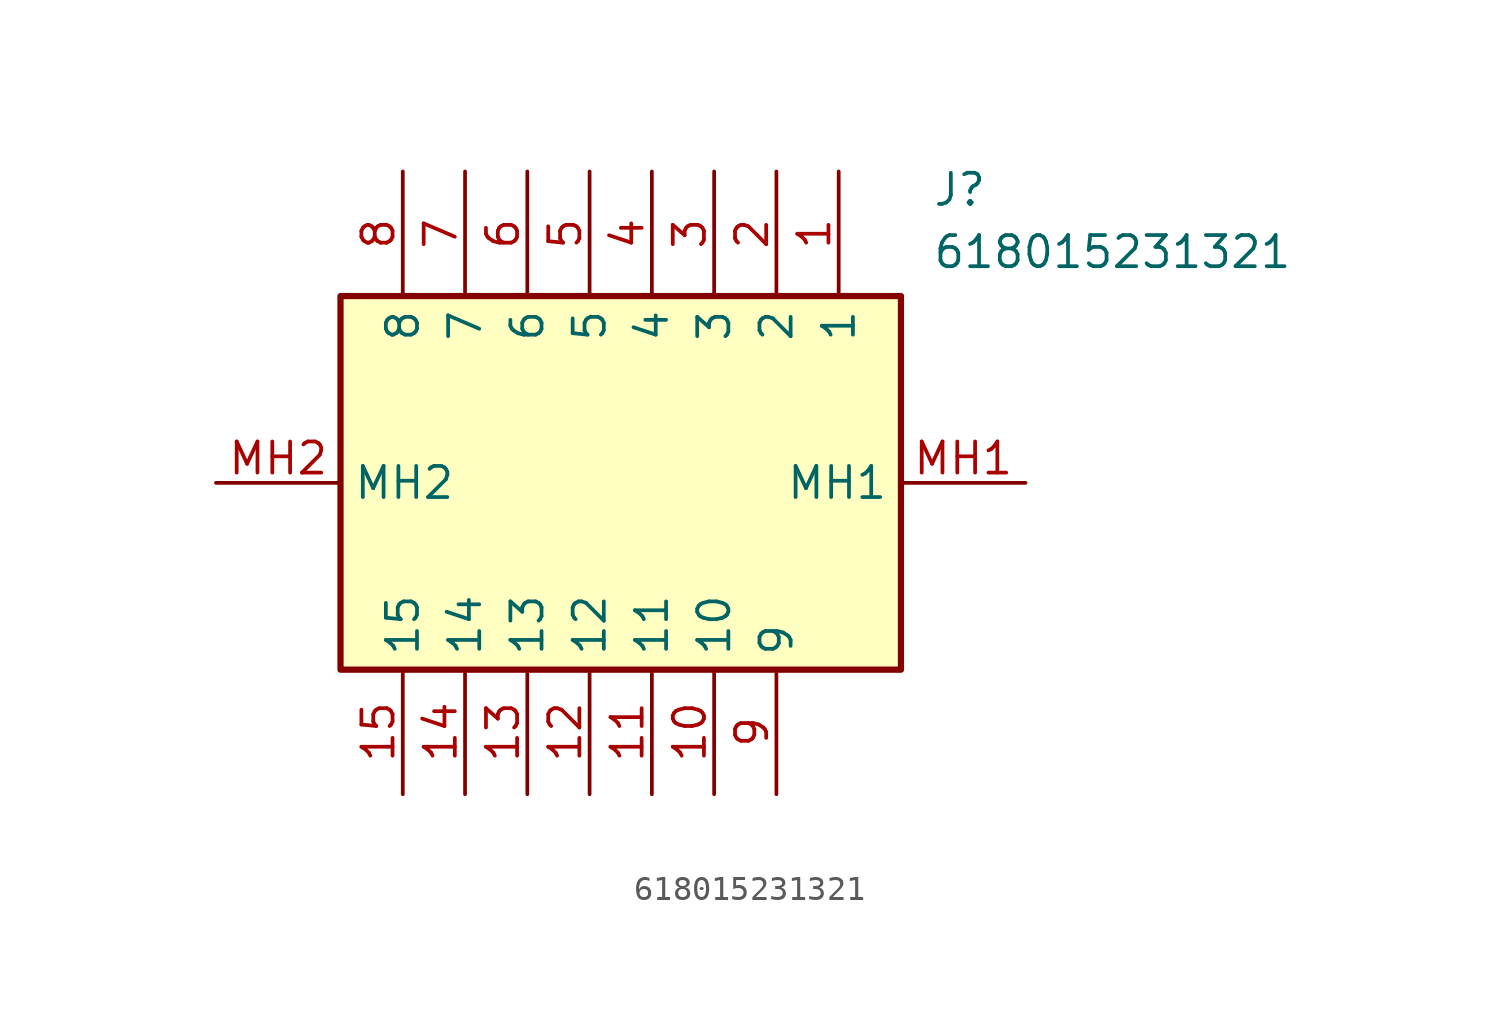
<source format=kicad_sym>
(kicad_symbol_lib
  (version 20211014)
  (generator SamacSys_ECAD_Model)
  (symbol "618015231321"
    (property "Reference" "J"
      (at 29.21 12.7 0)
      (effects (font (size 1.27 1.27)) (justify left top)))
    (property "Value" "618015231321"
      (at 29.21 10.16 0)
      (effects (font (size 1.27 1.27)) (justify left top)))
    (rectangle
      (start 5.08 7.62)
      (end 27.94 -7.62)
      (stroke (width 0.254) (type default))
      (fill (type background)))
    (pin passive line
      (at 25.4 12.7 270)
      (length 5.08)
      (name "1" (effects (font (size 1.27 1.27))))
      (number "1" (effects (font (size 1.27 1.27)))))
    (pin passive line
      (at 22.86 12.7 270)
      (length 5.08)
      (name "2" (effects (font (size 1.27 1.27))))
      (number "2" (effects (font (size 1.27 1.27)))))
    (pin passive line
      (at 20.32 12.7 270)
      (length 5.08)
      (name "3" (effects (font (size 1.27 1.27))))
      (number "3" (effects (font (size 1.27 1.27)))))
    (pin passive line
      (at 17.78 12.7 270)
      (length 5.08)
      (name "4" (effects (font (size 1.27 1.27))))
      (number "4" (effects (font (size 1.27 1.27)))))
    (pin passive line
      (at 15.24 12.7 270)
      (length 5.08)
      (name "5" (effects (font (size 1.27 1.27))))
      (number "5" (effects (font (size 1.27 1.27)))))
    (pin passive line
      (at 12.7 12.7 270)
      (length 5.08)
      (name "6" (effects (font (size 1.27 1.27))))
      (number "6" (effects (font (size 1.27 1.27)))))
    (pin passive line
      (at 10.16 12.7 270)
      (length 5.08)
      (name "7" (effects (font (size 1.27 1.27))))
      (number "7" (effects (font (size 1.27 1.27)))))
    (pin passive line
      (at 7.62 12.7 270)
      (length 5.08)
      (name "8" (effects (font (size 1.27 1.27))))
      (number "8" (effects (font (size 1.27 1.27)))))
    (pin passive line
      (at 22.86 -12.7 90)
      (length 5.08)
      (name "9" (effects (font (size 1.27 1.27))))
      (number "9" (effects (font (size 1.27 1.27)))))
    (pin passive line
      (at 20.32 -12.7 90)
      (length 5.08)
      (name "10" (effects (font (size 1.27 1.27))))
      (number "10" (effects (font (size 1.27 1.27)))))
    (pin passive line
      (at 17.78 -12.7 90)
      (length 5.08)
      (name "11" (effects (font (size 1.27 1.27))))
      (number "11" (effects (font (size 1.27 1.27)))))
    (pin passive line
      (at 15.24 -12.7 90)
      (length 5.08)
      (name "12" (effects (font (size 1.27 1.27))))
      (number "12" (effects (font (size 1.27 1.27)))))
    (pin passive line
      (at 12.7 -12.7 90)
      (length 5.08)
      (name "13" (effects (font (size 1.27 1.27))))
      (number "13" (effects (font (size 1.27 1.27)))))
    (pin passive line
      (at 10.16 -12.7 90)
      (length 5.08)
      (name "14" (effects (font (size 1.27 1.27))))
      (number "14" (effects (font (size 1.27 1.27)))))
    (pin passive line
      (at 7.62 -12.7 90)
      (length 5.08)
      (name "15" (effects (font (size 1.27 1.27))))
      (number "15" (effects (font (size 1.27 1.27)))))
    (pin passive line
      (at 33.02 0 180)
      (length 5.08)
      (name "MH1" (effects (font (size 1.27 1.27))))
      (number "MH1" (effects (font (size 1.27 1.27)))))
    (pin passive line
      (at 0 0 0)
      (length 5.08)
      (name "MH2" (effects (font (size 1.27 1.27))))
      (number "MH2" (effects (font (size 1.27 1.27)))))))
</source>
